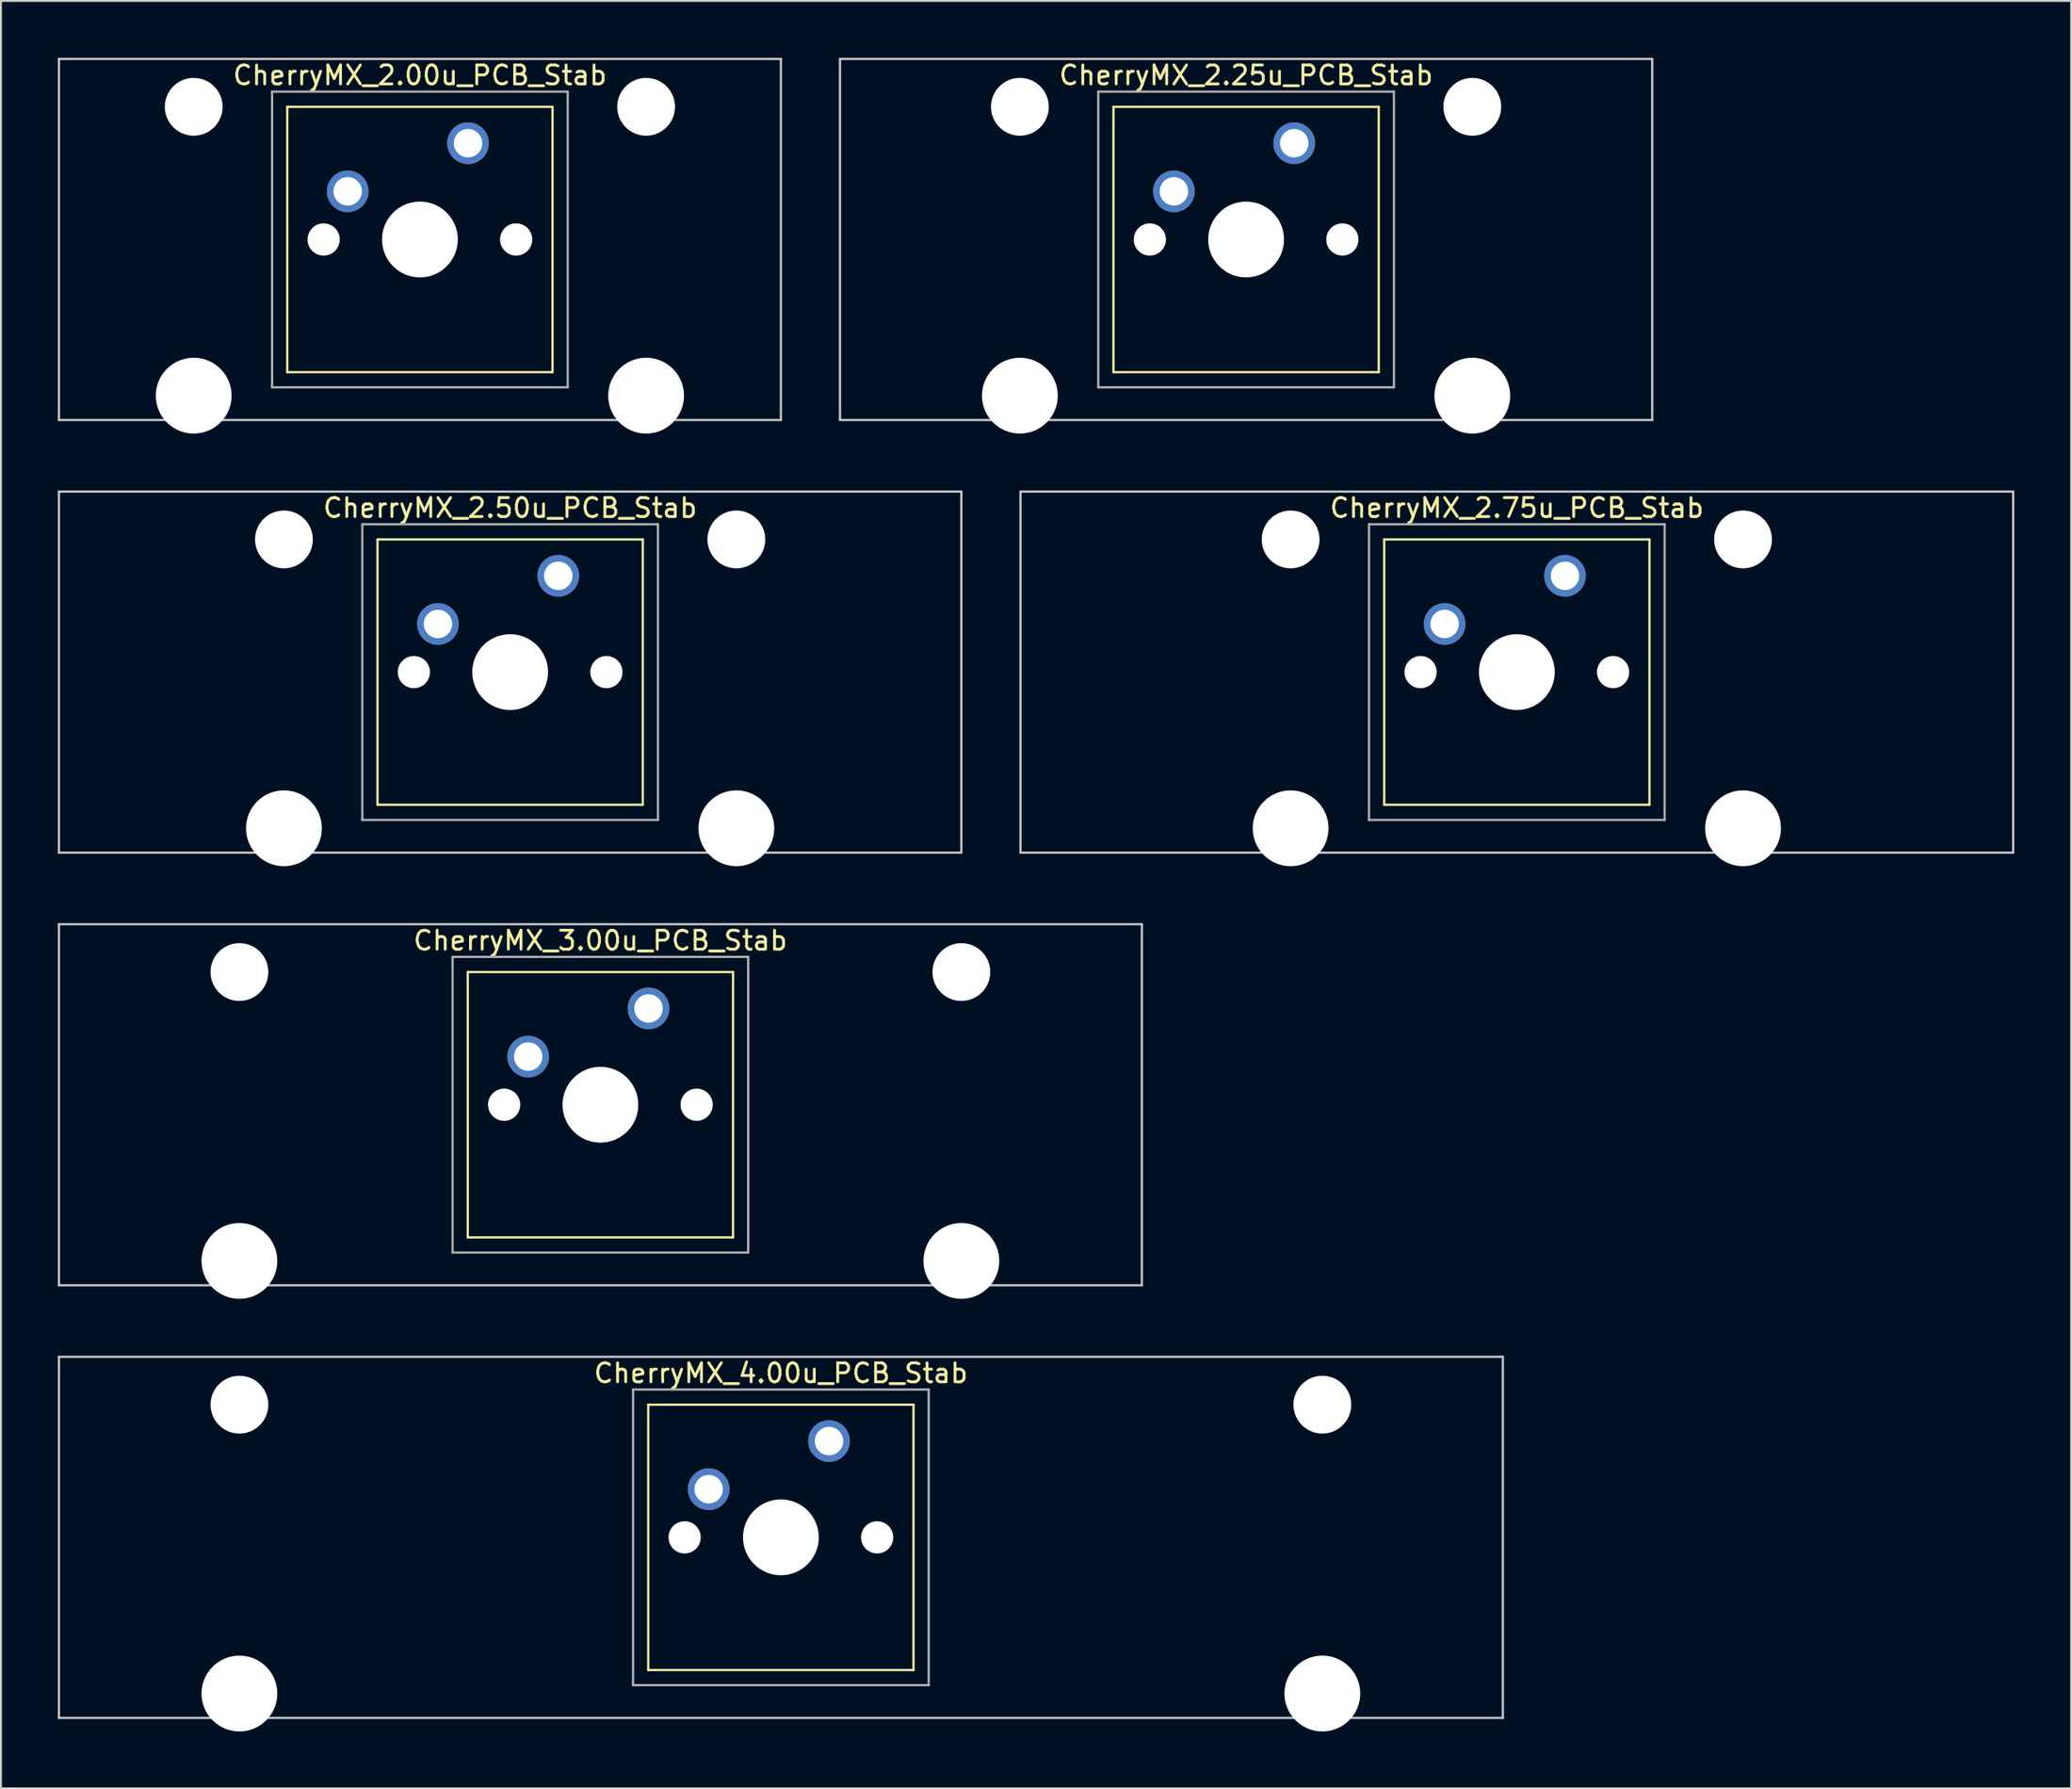
<source format=kicad_pcb>
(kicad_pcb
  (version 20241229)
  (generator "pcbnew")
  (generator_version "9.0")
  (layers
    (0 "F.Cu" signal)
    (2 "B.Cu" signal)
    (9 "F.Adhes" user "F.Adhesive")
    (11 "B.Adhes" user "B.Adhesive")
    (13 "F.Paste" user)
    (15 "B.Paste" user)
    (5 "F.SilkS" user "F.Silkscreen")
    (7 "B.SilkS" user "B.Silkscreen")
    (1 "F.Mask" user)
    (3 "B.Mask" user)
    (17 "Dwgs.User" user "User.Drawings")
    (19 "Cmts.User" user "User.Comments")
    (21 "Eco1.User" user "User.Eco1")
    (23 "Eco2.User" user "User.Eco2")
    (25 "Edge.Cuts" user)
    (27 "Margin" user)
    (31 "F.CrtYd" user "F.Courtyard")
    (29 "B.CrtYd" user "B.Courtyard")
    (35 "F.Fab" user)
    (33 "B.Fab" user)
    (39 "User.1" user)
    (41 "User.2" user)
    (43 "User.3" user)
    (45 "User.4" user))
  (footprint "CherryMX_2.00u_PCB_Stab"
    (layer "F.Cu")
    (at 19.11 9.585)
    (property "Reference" "CherryMX_2.00u_PCB_Stab" (at 0 -8.662 0) (layer "F.SilkS") (effects (font (size 1 1) (thickness 0.15))))
    (attr through_hole)
    (fp_line (start -7 -7) (end -7 7) (stroke (width 0.12) (type solid)) (layer "F.SilkS"))
    (fp_line (start -7 -7) (end 7 -7) (stroke (width 0.12) (type solid)) (layer "F.SilkS"))
    (fp_line (start 7 -7) (end 7 7) (stroke (width 0.12) (type solid)) (layer "F.SilkS"))
    (fp_line (start 7 7) (end -7 7) (stroke (width 0.12) (type solid)) (layer "F.SilkS"))
    (fp_line (start -19.05 -9.525) (end 19.05 -9.525) (stroke (width 0.12) (type solid)) (layer "Dwgs.User"))
    (fp_line (start -19.05 9.525) (end -19.05 -9.525) (stroke (width 0.12) (type solid)) (layer "Dwgs.User"))
    (fp_line (start 19.05 -9.525) (end 19.05 9.525) (stroke (width 0.12) (type solid)) (layer "Dwgs.User"))
    (fp_line (start 19.05 9.525) (end -19.05 9.525) (stroke (width 0.12) (type solid)) (layer "Dwgs.User"))
    (fp_line (start -7.8 -7.8) (end -7.8 7.8) (stroke (width 0.12) (type solid)) (layer "F.Fab"))
    (fp_line (start -7.8 -7.8) (end 7.8 -7.8) (stroke (width 0.12) (type solid)) (layer "F.Fab"))
    (fp_line (start -7.8 7.8) (end 7.8 7.8) (stroke (width 0.12) (type solid)) (layer "F.Fab"))
    (fp_line (start 7.8 -7.8) (end 7.8 7.8) (stroke (width 0.12) (type solid)) (layer "F.Fab"))
    (pad "" np_thru_hole circle (at -11.938 -7) (size 3.05 3.05) (drill 3.05) (layers "*.Cu" "*.Mask"))
    (pad "" np_thru_hole circle (at -11.938 8.24) (size 4 4) (drill 4) (layers "*.Cu" "*.Mask"))
    (pad "" np_thru_hole circle (at -5.08 0) (size 1.7 1.7) (drill 1.7) (layers "*.Cu" "*.Mask"))
    (pad "" np_thru_hole circle (at 0 0) (size 4 4) (drill 4) (layers "*.Cu" "*.Mask"))
    (pad "" np_thru_hole circle (at 5.08 0) (size 1.7 1.7) (drill 1.7) (layers "*.Cu" "*.Mask"))
    (pad "" np_thru_hole circle (at 11.938 -7) (size 3.05 3.05) (drill 3.05) (layers "*.Cu" "*.Mask"))
    (pad "" np_thru_hole circle (at 11.938 8.24) (size 4 4) (drill 4) (layers "*.Cu" "*.Mask"))
    (pad "1" thru_hole circle (at -3.81 -2.54) (size 2.2 2.2) (drill 1.5) (layers "*.Cu" "*.Mask"))
    (pad "2" thru_hole circle (at 2.54 -5.08) (size 2.2 2.2) (drill 1.5) (layers "*.Cu" "*.Mask")))
  (footprint "CherryMX_2.50u_PCB_Stab"
    (layer "F.Cu")
    (at 23.872 32.41)
    (property "Reference" "CherryMX_2.50u_PCB_Stab" (at 0 -8.662 0) (layer "F.SilkS") (effects (font (size 1 1) (thickness 0.15))))
    (attr through_hole)
    (fp_line (start -7 -7) (end -7 7) (stroke (width 0.12) (type solid)) (layer "F.SilkS"))
    (fp_line (start -7 -7) (end 7 -7) (stroke (width 0.12) (type solid)) (layer "F.SilkS"))
    (fp_line (start 7 -7) (end 7 7) (stroke (width 0.12) (type solid)) (layer "F.SilkS"))
    (fp_line (start 7 7) (end -7 7) (stroke (width 0.12) (type solid)) (layer "F.SilkS"))
    (fp_line (start -23.812 -9.525) (end 23.812 -9.525) (stroke (width 0.12) (type solid)) (layer "Dwgs.User"))
    (fp_line (start -23.812 9.525) (end -23.812 -9.525) (stroke (width 0.12) (type solid)) (layer "Dwgs.User"))
    (fp_line (start 23.812 -9.525) (end 23.812 9.525) (stroke (width 0.12) (type solid)) (layer "Dwgs.User"))
    (fp_line (start 23.812 9.525) (end -23.812 9.525) (stroke (width 0.12) (type solid)) (layer "Dwgs.User"))
    (fp_line (start -7.8 -7.8) (end -7.8 7.8) (stroke (width 0.12) (type solid)) (layer "F.Fab"))
    (fp_line (start -7.8 -7.8) (end 7.8 -7.8) (stroke (width 0.12) (type solid)) (layer "F.Fab"))
    (fp_line (start -7.8 7.8) (end 7.8 7.8) (stroke (width 0.12) (type solid)) (layer "F.Fab"))
    (fp_line (start 7.8 -7.8) (end 7.8 7.8) (stroke (width 0.12) (type solid)) (layer "F.Fab"))
    (pad "" np_thru_hole circle (at -11.938 -7) (size 3.05 3.05) (drill 3.05) (layers "*.Cu" "*.Mask"))
    (pad "" np_thru_hole circle (at -11.938 8.24) (size 4 4) (drill 4) (layers "*.Cu" "*.Mask"))
    (pad "" np_thru_hole circle (at -5.08 0) (size 1.7 1.7) (drill 1.7) (layers "*.Cu" "*.Mask"))
    (pad "" np_thru_hole circle (at 0 0) (size 4 4) (drill 4) (layers "*.Cu" "*.Mask"))
    (pad "" np_thru_hole circle (at 5.08 0) (size 1.7 1.7) (drill 1.7) (layers "*.Cu" "*.Mask"))
    (pad "" np_thru_hole circle (at 11.938 -7) (size 3.05 3.05) (drill 3.05) (layers "*.Cu" "*.Mask"))
    (pad "" np_thru_hole circle (at 11.938 8.24) (size 4 4) (drill 4) (layers "*.Cu" "*.Mask"))
    (pad "1" thru_hole circle (at -3.81 -2.54) (size 2.2 2.2) (drill 1.5) (layers "*.Cu" "*.Mask"))
    (pad "2" thru_hole circle (at 2.54 -5.08) (size 2.2 2.2) (drill 1.5) (layers "*.Cu" "*.Mask")))
  (footprint "CherryMX_2.25u_PCB_Stab"
    (layer "F.Cu")
    (at 62.711 9.585)
    (property "Reference" "CherryMX_2.25u_PCB_Stab" (at 0 -8.662 0) (layer "F.SilkS") (effects (font (size 1 1) (thickness 0.15))))
    (attr through_hole)
    (fp_line (start -7 -7) (end -7 7) (stroke (width 0.12) (type solid)) (layer "F.SilkS"))
    (fp_line (start -7 -7) (end 7 -7) (stroke (width 0.12) (type solid)) (layer "F.SilkS"))
    (fp_line (start 7 -7) (end 7 7) (stroke (width 0.12) (type solid)) (layer "F.SilkS"))
    (fp_line (start 7 7) (end -7 7) (stroke (width 0.12) (type solid)) (layer "F.SilkS"))
    (fp_line (start -21.431 -9.525) (end 21.431 -9.525) (stroke (width 0.12) (type solid)) (layer "Dwgs.User"))
    (fp_line (start -21.431 9.525) (end -21.431 -9.525) (stroke (width 0.12) (type solid)) (layer "Dwgs.User"))
    (fp_line (start 21.431 -9.525) (end 21.431 9.525) (stroke (width 0.12) (type solid)) (layer "Dwgs.User"))
    (fp_line (start 21.431 9.525) (end -21.431 9.525) (stroke (width 0.12) (type solid)) (layer "Dwgs.User"))
    (fp_line (start -7.8 -7.8) (end -7.8 7.8) (stroke (width 0.12) (type solid)) (layer "F.Fab"))
    (fp_line (start -7.8 -7.8) (end 7.8 -7.8) (stroke (width 0.12) (type solid)) (layer "F.Fab"))
    (fp_line (start -7.8 7.8) (end 7.8 7.8) (stroke (width 0.12) (type solid)) (layer "F.Fab"))
    (fp_line (start 7.8 -7.8) (end 7.8 7.8) (stroke (width 0.12) (type solid)) (layer "F.Fab"))
    (pad "" np_thru_hole circle (at -11.938 -7) (size 3.05 3.05) (drill 3.05) (layers "*.Cu" "*.Mask"))
    (pad "" np_thru_hole circle (at -11.938 8.24) (size 4 4) (drill 4) (layers "*.Cu" "*.Mask"))
    (pad "" np_thru_hole circle (at -5.08 0) (size 1.7 1.7) (drill 1.7) (layers "*.Cu" "*.Mask"))
    (pad "" np_thru_hole circle (at 0 0) (size 4 4) (drill 4) (layers "*.Cu" "*.Mask"))
    (pad "" np_thru_hole circle (at 5.08 0) (size 1.7 1.7) (drill 1.7) (layers "*.Cu" "*.Mask"))
    (pad "" np_thru_hole circle (at 11.938 -7) (size 3.05 3.05) (drill 3.05) (layers "*.Cu" "*.Mask"))
    (pad "" np_thru_hole circle (at 11.938 8.24) (size 4 4) (drill 4) (layers "*.Cu" "*.Mask"))
    (pad "1" thru_hole circle (at -3.81 -2.54) (size 2.2 2.2) (drill 1.5) (layers "*.Cu" "*.Mask"))
    (pad "2" thru_hole circle (at 2.54 -5.08) (size 2.2 2.2) (drill 1.5) (layers "*.Cu" "*.Mask")))
  (footprint "CherryMX_3.00u_PCB_Stab"
    (layer "F.Cu")
    (at 28.635 55.235)
    (property "Reference" "CherryMX_3.00u_PCB_Stab" (at 0 -8.662 0) (layer "F.SilkS") (effects (font (size 1 1) (thickness 0.15))))
    (attr through_hole)
    (fp_line (start -7 -7) (end -7 7) (stroke (width 0.12) (type solid)) (layer "F.SilkS"))
    (fp_line (start -7 -7) (end 7 -7) (stroke (width 0.12) (type solid)) (layer "F.SilkS"))
    (fp_line (start 7 -7) (end 7 7) (stroke (width 0.12) (type solid)) (layer "F.SilkS"))
    (fp_line (start 7 7) (end -7 7) (stroke (width 0.12) (type solid)) (layer "F.SilkS"))
    (fp_line (start -28.575 -9.525) (end 28.575 -9.525) (stroke (width 0.12) (type solid)) (layer "Dwgs.User"))
    (fp_line (start -28.575 9.525) (end -28.575 -9.525) (stroke (width 0.12) (type solid)) (layer "Dwgs.User"))
    (fp_line (start 28.575 -9.525) (end 28.575 9.525) (stroke (width 0.12) (type solid)) (layer "Dwgs.User"))
    (fp_line (start 28.575 9.525) (end -28.575 9.525) (stroke (width 0.12) (type solid)) (layer "Dwgs.User"))
    (fp_line (start -7.8 -7.8) (end -7.8 7.8) (stroke (width 0.12) (type solid)) (layer "F.Fab"))
    (fp_line (start -7.8 -7.8) (end 7.8 -7.8) (stroke (width 0.12) (type solid)) (layer "F.Fab"))
    (fp_line (start -7.8 7.8) (end 7.8 7.8) (stroke (width 0.12) (type solid)) (layer "F.Fab"))
    (fp_line (start 7.8 -7.8) (end 7.8 7.8) (stroke (width 0.12) (type solid)) (layer "F.Fab"))
    (pad "" np_thru_hole circle (at -19.05 -7) (size 3.05 3.05) (drill 3.05) (layers "*.Cu" "*.Mask"))
    (pad "" np_thru_hole circle (at -19.05 8.24) (size 4 4) (drill 4) (layers "*.Cu" "*.Mask"))
    (pad "" np_thru_hole circle (at -5.08 0) (size 1.7 1.7) (drill 1.7) (layers "*.Cu" "*.Mask"))
    (pad "" np_thru_hole circle (at 0 0) (size 4 4) (drill 4) (layers "*.Cu" "*.Mask"))
    (pad "" np_thru_hole circle (at 5.08 0) (size 1.7 1.7) (drill 1.7) (layers "*.Cu" "*.Mask"))
    (pad "" np_thru_hole circle (at 19.05 -7) (size 3.05 3.05) (drill 3.05) (layers "*.Cu" "*.Mask"))
    (pad "" np_thru_hole circle (at 19.05 8.24) (size 4 4) (drill 4) (layers "*.Cu" "*.Mask"))
    (pad "1" thru_hole circle (at -3.81 -2.54) (size 2.2 2.2) (drill 1.5) (layers "*.Cu" "*.Mask"))
    (pad "2" thru_hole circle (at 2.54 -5.08) (size 2.2 2.2) (drill 1.5) (layers "*.Cu" "*.Mask")))
  (footprint "CherryMX_2.75u_PCB_Stab"
    (layer "F.Cu")
    (at 76.999 32.41)
    (property "Reference" "CherryMX_2.75u_PCB_Stab" (at 0 -8.662 0) (layer "F.SilkS") (effects (font (size 1 1) (thickness 0.15))))
    (attr through_hole)
    (fp_line (start -7 -7) (end -7 7) (stroke (width 0.12) (type solid)) (layer "F.SilkS"))
    (fp_line (start -7 -7) (end 7 -7) (stroke (width 0.12) (type solid)) (layer "F.SilkS"))
    (fp_line (start 7 -7) (end 7 7) (stroke (width 0.12) (type solid)) (layer "F.SilkS"))
    (fp_line (start 7 7) (end -7 7) (stroke (width 0.12) (type solid)) (layer "F.SilkS"))
    (fp_line (start -26.194 -9.525) (end 26.194 -9.525) (stroke (width 0.12) (type solid)) (layer "Dwgs.User"))
    (fp_line (start -26.194 9.525) (end -26.194 -9.525) (stroke (width 0.12) (type solid)) (layer "Dwgs.User"))
    (fp_line (start 26.194 -9.525) (end 26.194 9.525) (stroke (width 0.12) (type solid)) (layer "Dwgs.User"))
    (fp_line (start 26.194 9.525) (end -26.194 9.525) (stroke (width 0.12) (type solid)) (layer "Dwgs.User"))
    (fp_line (start -7.8 -7.8) (end -7.8 7.8) (stroke (width 0.12) (type solid)) (layer "F.Fab"))
    (fp_line (start -7.8 -7.8) (end 7.8 -7.8) (stroke (width 0.12) (type solid)) (layer "F.Fab"))
    (fp_line (start -7.8 7.8) (end 7.8 7.8) (stroke (width 0.12) (type solid)) (layer "F.Fab"))
    (fp_line (start 7.8 -7.8) (end 7.8 7.8) (stroke (width 0.12) (type solid)) (layer "F.Fab"))
    (pad "" np_thru_hole circle (at -11.938 -7) (size 3.05 3.05) (drill 3.05) (layers "*.Cu" "*.Mask"))
    (pad "" np_thru_hole circle (at -11.938 8.24) (size 4 4) (drill 4) (layers "*.Cu" "*.Mask"))
    (pad "" np_thru_hole circle (at -5.08 0) (size 1.7 1.7) (drill 1.7) (layers "*.Cu" "*.Mask"))
    (pad "" np_thru_hole circle (at 0 0) (size 4 4) (drill 4) (layers "*.Cu" "*.Mask"))
    (pad "" np_thru_hole circle (at 5.08 0) (size 1.7 1.7) (drill 1.7) (layers "*.Cu" "*.Mask"))
    (pad "" np_thru_hole circle (at 11.938 -7) (size 3.05 3.05) (drill 3.05) (layers "*.Cu" "*.Mask"))
    (pad "" np_thru_hole circle (at 11.938 8.24) (size 4 4) (drill 4) (layers "*.Cu" "*.Mask"))
    (pad "1" thru_hole circle (at -3.81 -2.54) (size 2.2 2.2) (drill 1.5) (layers "*.Cu" "*.Mask"))
    (pad "2" thru_hole circle (at 2.54 -5.08) (size 2.2 2.2) (drill 1.5) (layers "*.Cu" "*.Mask")))
  (footprint "CherryMX_4.00u_PCB_Stab"
    (layer "F.Cu")
    (at 38.16 78.06)
    (property "Reference" "CherryMX_4.00u_PCB_Stab" (at 0 -8.662 0) (layer "F.SilkS") (effects (font (size 1 1) (thickness 0.15))))
    (attr through_hole)
    (fp_line (start -7 -7) (end -7 7) (stroke (width 0.12) (type solid)) (layer "F.SilkS"))
    (fp_line (start -7 -7) (end 7 -7) (stroke (width 0.12) (type solid)) (layer "F.SilkS"))
    (fp_line (start 7 -7) (end 7 7) (stroke (width 0.12) (type solid)) (layer "F.SilkS"))
    (fp_line (start 7 7) (end -7 7) (stroke (width 0.12) (type solid)) (layer "F.SilkS"))
    (fp_line (start -38.1 -9.525) (end 38.1 -9.525) (stroke (width 0.12) (type solid)) (layer "Dwgs.User"))
    (fp_line (start -38.1 9.525) (end -38.1 -9.525) (stroke (width 0.12) (type solid)) (layer "Dwgs.User"))
    (fp_line (start 38.1 -9.525) (end 38.1 9.525) (stroke (width 0.12) (type solid)) (layer "Dwgs.User"))
    (fp_line (start 38.1 9.525) (end -38.1 9.525) (stroke (width 0.12) (type solid)) (layer "Dwgs.User"))
    (fp_line (start -7.8 -7.8) (end -7.8 7.8) (stroke (width 0.12) (type solid)) (layer "F.Fab"))
    (fp_line (start -7.8 -7.8) (end 7.8 -7.8) (stroke (width 0.12) (type solid)) (layer "F.Fab"))
    (fp_line (start -7.8 7.8) (end 7.8 7.8) (stroke (width 0.12) (type solid)) (layer "F.Fab"))
    (fp_line (start 7.8 -7.8) (end 7.8 7.8) (stroke (width 0.12) (type solid)) (layer "F.Fab"))
    (pad "" np_thru_hole circle (at -28.575 -7) (size 3.05 3.05) (drill 3.05) (layers "*.Cu" "*.Mask"))
    (pad "" np_thru_hole circle (at -28.575 8.24) (size 4 4) (drill 4) (layers "*.Cu" "*.Mask"))
    (pad "" np_thru_hole circle (at -5.08 0) (size 1.7 1.7) (drill 1.7) (layers "*.Cu" "*.Mask"))
    (pad "" np_thru_hole circle (at 0 0) (size 4 4) (drill 4) (layers "*.Cu" "*.Mask"))
    (pad "" np_thru_hole circle (at 5.08 0) (size 1.7 1.7) (drill 1.7) (layers "*.Cu" "*.Mask"))
    (pad "" np_thru_hole circle (at 28.575 -7) (size 3.05 3.05) (drill 3.05) (layers "*.Cu" "*.Mask"))
    (pad "" np_thru_hole circle (at 28.575 8.24) (size 4 4) (drill 4) (layers "*.Cu" "*.Mask"))
    (pad "1" thru_hole circle (at -3.81 -2.54) (size 2.2 2.2) (drill 1.5) (layers "*.Cu" "*.Mask"))
    (pad "2" thru_hole circle (at 2.54 -5.08) (size 2.2 2.2) (drill 1.5) (layers "*.Cu" "*.Mask")))
  (gr_rect
    (start -3 -3)
    (end 106.252 91.3)
    (stroke (width 0.1) (type default))
    (fill no)
    (layer "Edge.Cuts")))
</source>
